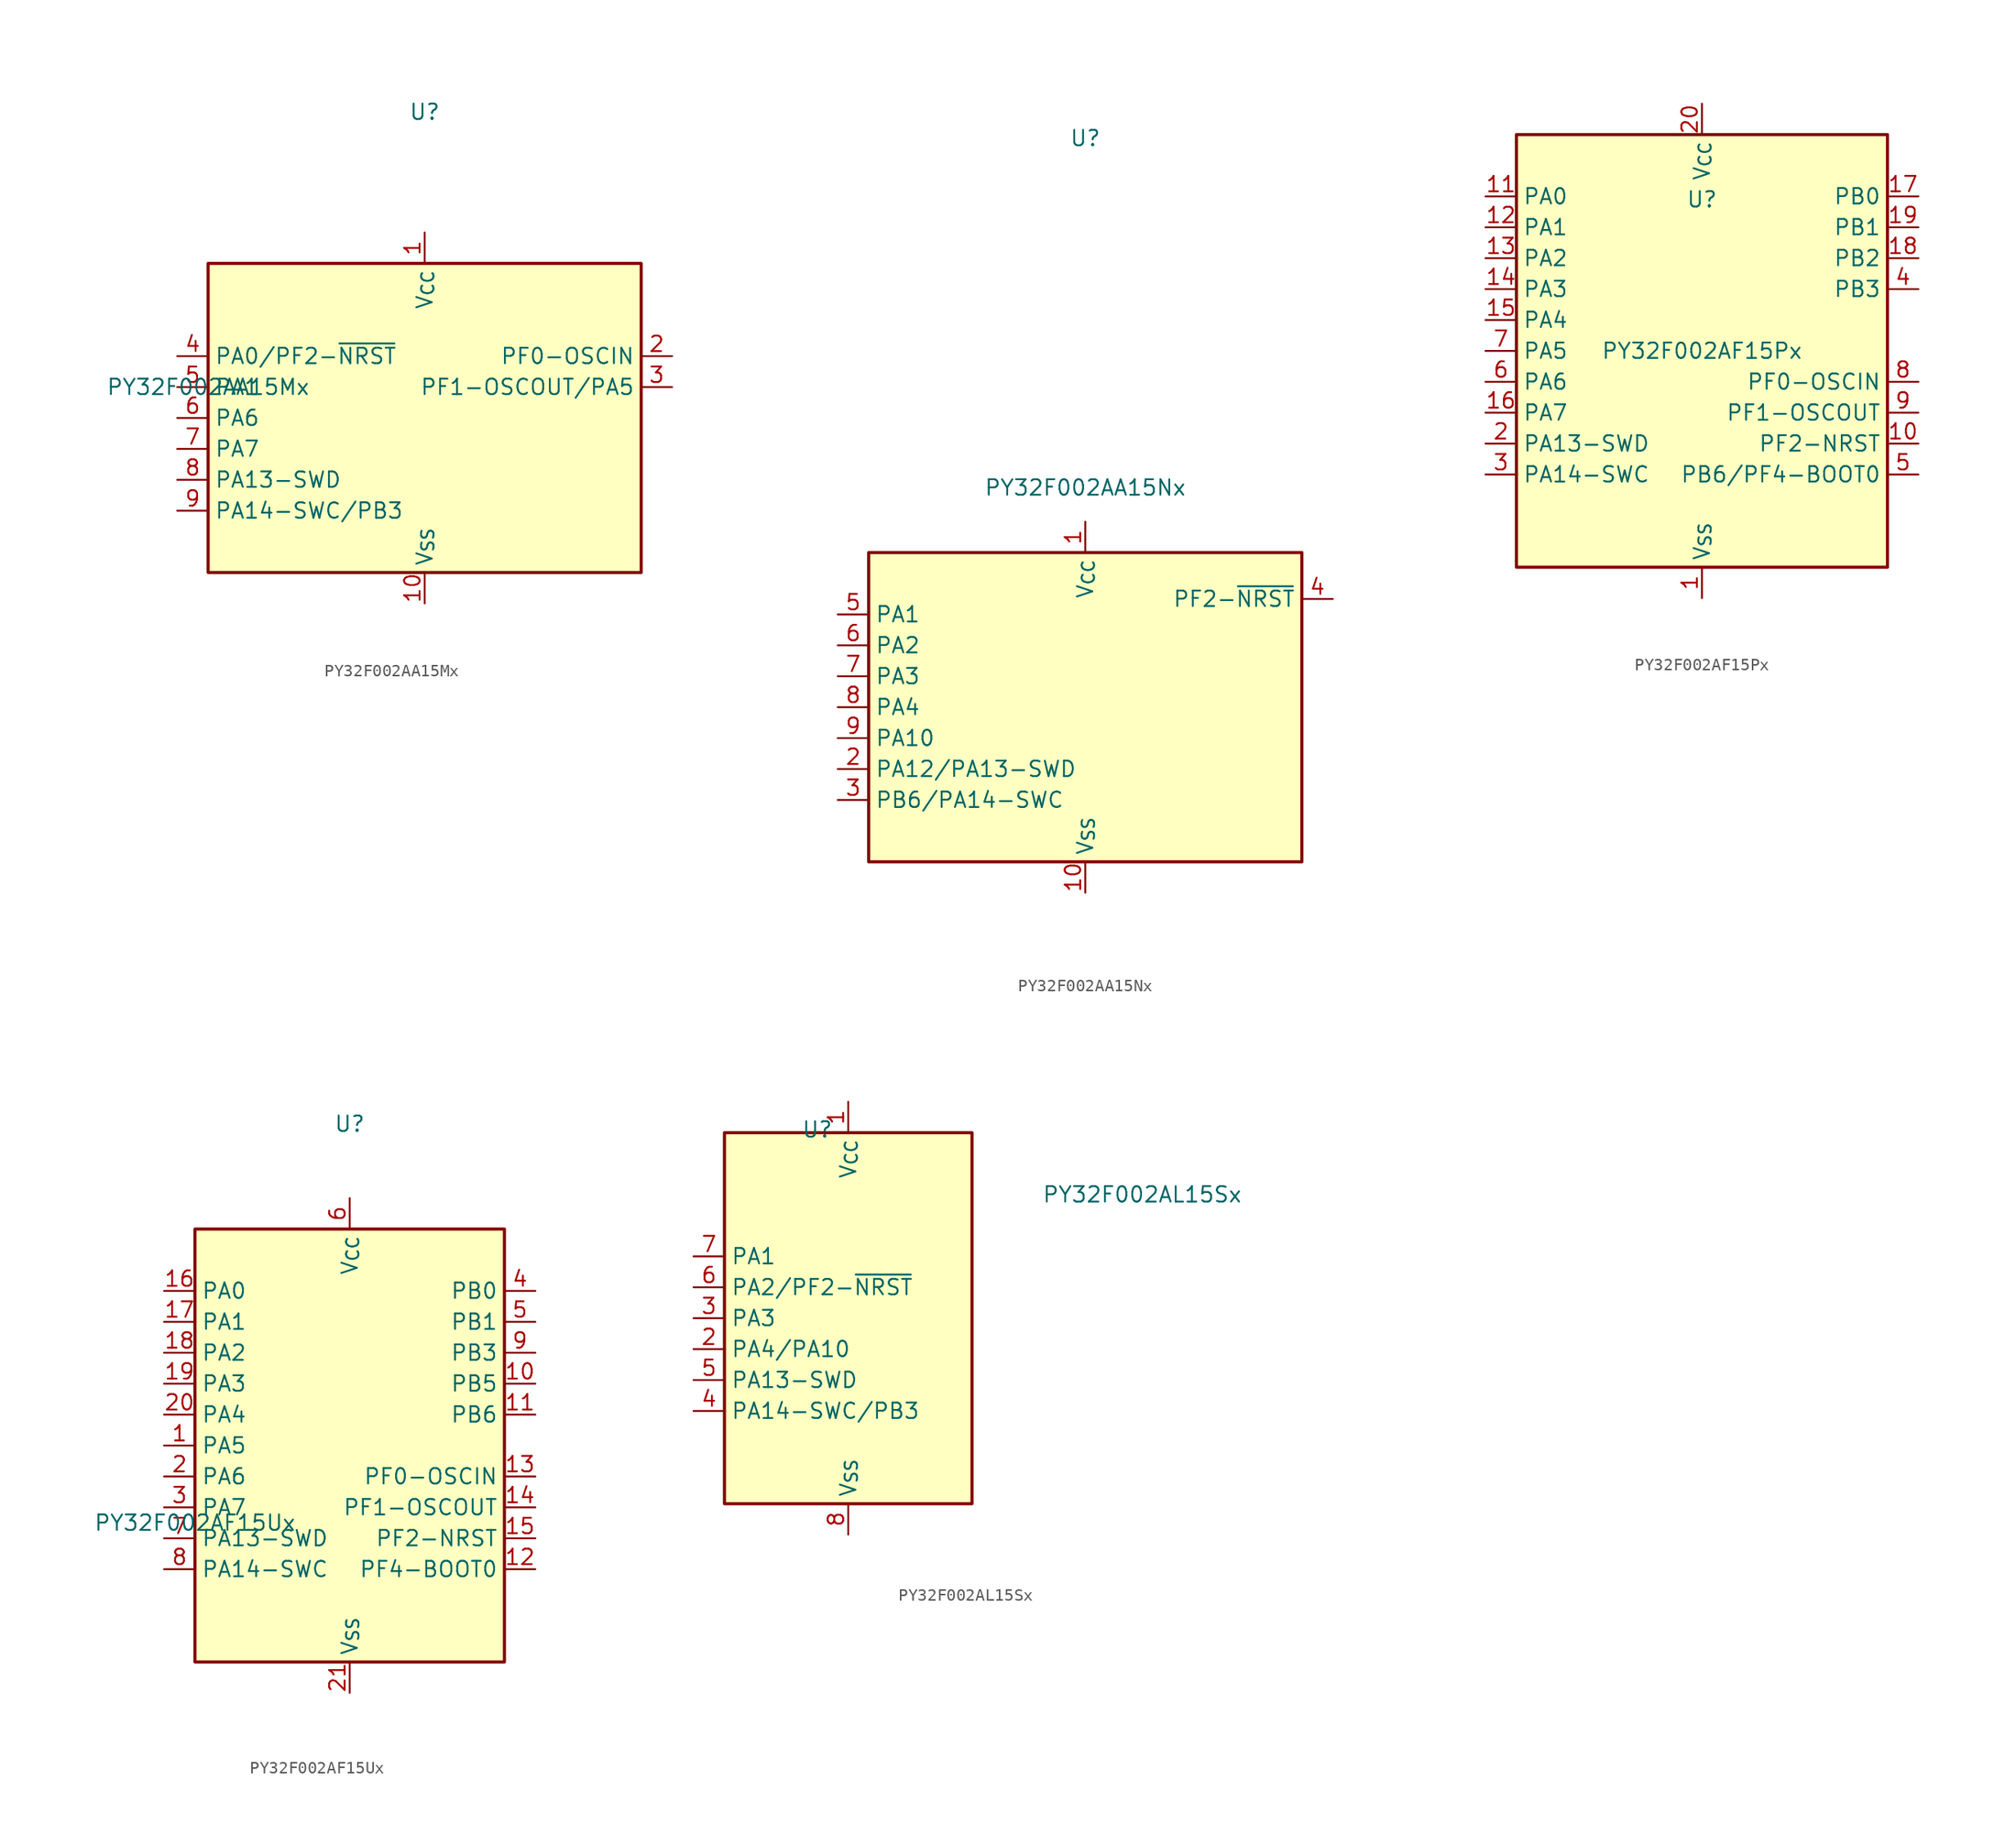
<source format=kicad_sym>
(kicad_symbol_lib
  (version 20231120)
  (generator "kicad_symbol_editor")
  (generator_version "8.0")
  (symbol "PY32F002AA15Mx"
    (property "Reference" "U"
      (at 0 25.146 0)
      (effects (font (size 1.27 1.27))))
    (property "Value" "PY32F002AA15Mx"
      (at -17.78 2.54 0)
      (effects (font (size 1.27 1.27))))
    (symbol "PY32F002AA15Mx_1_1"
      (rectangle (start -17.78 12.7) (end 17.78 -12.7) (stroke (width 0.254) (type default)) (fill (type background)))
      (pin power_in line (at 0 15.24 270) (length 2.54) (name "V_{CC}" (effects (font (size 1.27 1.27)))) (number "1" (effects (font (size 1.27 1.27)))))
      (pin power_in line (at 0 -15.24 90) (length 2.54) (name "V_{SS}" (effects (font (size 1.27 1.27)))) (number "10" (effects (font (size 1.27 1.27)))))
      (pin passive line (at 0 -15.24 90) (length 2.54) hide (name "V_{SS}" (effects (font (size 1.27 1.27)))) (number "11" (effects (font (size 1.27 1.27)))))
      (pin bidirectional line (at 20.32 5.08 180) (length 2.54) (name "PF0-OSCIN" (effects (font (size 1.27 1.27)))) (number "2" (effects (font (size 1.27 1.27)))))
      (pin bidirectional line (at 20.32 2.54 180) (length 2.54) (name "PF1-OSCOUT/PA5" (effects (font (size 1.27 1.27)))) (number "3" (effects (font (size 1.27 1.27)))))
      (pin bidirectional line (at -20.32 5.08 0) (length 2.54) (name "PA0/PF2-~{NRST}" (effects (font (size 1.27 1.27)))) (number "4" (effects (font (size 1.27 1.27)))))
      (pin bidirectional line (at -20.32 2.54 0) (length 2.54) (name "PA1" (effects (font (size 1.27 1.27)))) (number "5" (effects (font (size 1.27 1.27)))))
      (pin bidirectional line (at -20.32 0 0) (length 2.54) (name "PA6" (effects (font (size 1.27 1.27)))) (number "6" (effects (font (size 1.27 1.27)))))
      (pin bidirectional line (at -20.32 -2.54 0) (length 2.54) (name "PA7" (effects (font (size 1.27 1.27)))) (number "7" (effects (font (size 1.27 1.27)))))
      (pin bidirectional line (at -20.32 -5.08 0) (length 2.54) (name "PA13-SWD" (effects (font (size 1.27 1.27)))) (number "8" (effects (font (size 1.27 1.27)))))
      (pin bidirectional line (at -20.32 -7.62 0) (length 2.54) (name "PA14-SWC/PB3" (effects (font (size 1.27 1.27)))) (number "9" (effects (font (size 1.27 1.27)))))))
  (symbol "PY32F002AA15Nx"
    (property "Reference" "U"
      (at 0 46.736 0)
      (effects (font (size 1.27 1.27))))
    (property "Value" "PY32F002AA15Nx"
      (at 0 18.034 0)
      (effects (font (size 1.27 1.27))))
    (symbol "PY32F002AA15Nx_1_0"
      (pin bidirectional line (at -20.32 5.08 0) (length 2.54) (name "PA2" (effects (font (size 1.27 1.27)))) (number "6" (effects (font (size 1.27 1.27)))))
      (pin bidirectional line (at -20.32 2.54 0) (length 2.54) (name "PA3" (effects (font (size 1.27 1.27)))) (number "7" (effects (font (size 1.27 1.27)))))
      (pin bidirectional line (at -20.32 0 0) (length 2.54) (name "PA4" (effects (font (size 1.27 1.27)))) (number "8" (effects (font (size 1.27 1.27)))))
      (pin bidirectional line (at -20.32 -2.54 0) (length 2.54) (name "PA10" (effects (font (size 1.27 1.27)))) (number "9" (effects (font (size 1.27 1.27))))))
    (symbol "PY32F002AA15Nx_1_1"
      (rectangle (start -17.78 12.7) (end 17.78 -12.7) (stroke (width 0.254) (type default)) (fill (type background)))
      (pin power_in line (at 0 15.24 270) (length 2.54) (name "V_{CC}" (effects (font (size 1.27 1.27)))) (number "1" (effects (font (size 1.27 1.27)))))
      (pin power_in line (at 0 -15.24 90) (length 2.54) (name "V_{SS}" (effects (font (size 1.27 1.27)))) (number "10" (effects (font (size 1.27 1.27)))))
      (pin bidirectional line (at -20.32 -5.08 0) (length 2.54) (name "PA12/PA13-SWD" (effects (font (size 1.27 1.27)))) (number "2" (effects (font (size 1.27 1.27)))))
      (pin bidirectional line (at -20.32 -7.62 0) (length 2.54) (name "PB6/PA14-SWC" (effects (font (size 1.27 1.27)))) (number "3" (effects (font (size 1.27 1.27)))))
      (pin bidirectional line (at 20.32 8.89 180) (length 2.54) (name "PF2-~{NRST}" (effects (font (size 1.27 1.27)))) (number "4" (effects (font (size 1.27 1.27)))))
      (pin bidirectional line (at -20.32 7.62 0) (length 2.54) (name "PA1" (effects (font (size 1.27 1.27)))) (number "5" (effects (font (size 1.27 1.27)))))))
  (symbol "PY32F002AF15Px"
    (property "Reference" "U"
      (at 0 12.446 0)
      (effects (font (size 1.27 1.27))))
    (property "Value" "PY32F002AF15Px"
      (at 0 0 0)
      (effects (font (size 1.27 1.27))))
    (symbol "PY32F002AF15Px_1_1"
      (rectangle (start -15.24 17.78) (end 15.24 -17.78) (stroke (width 0.254) (type default)) (fill (type background)))
      (pin power_in line (at 0 -20.32 90) (length 2.54) (name "V_{SS}" (effects (font (size 1.27 1.27)))) (number "1" (effects (font (size 1.27 1.27)))))
      (pin bidirectional line (at 17.78 -7.62 180) (length 2.54) (name "PF2-NRST" (effects (font (size 1.27 1.27)))) (number "10" (effects (font (size 1.27 1.27)))))
      (pin bidirectional line (at -17.78 12.7 0) (length 2.54) (name "PA0" (effects (font (size 1.27 1.27)))) (number "11" (effects (font (size 1.27 1.27)))))
      (pin bidirectional line (at -17.78 10.16 0) (length 2.54) (name "PA1" (effects (font (size 1.27 1.27)))) (number "12" (effects (font (size 1.27 1.27)))))
      (pin bidirectional line (at -17.78 7.62 0) (length 2.54) (name "PA2" (effects (font (size 1.27 1.27)))) (number "13" (effects (font (size 1.27 1.27)))))
      (pin bidirectional line (at -17.78 5.08 0) (length 2.54) (name "PA3" (effects (font (size 1.27 1.27)))) (number "14" (effects (font (size 1.27 1.27)))))
      (pin bidirectional line (at -17.78 2.54 0) (length 2.54) (name "PA4" (effects (font (size 1.27 1.27)))) (number "15" (effects (font (size 1.27 1.27)))))
      (pin bidirectional line (at -17.78 -5.08 0) (length 2.54) (name "PA7" (effects (font (size 1.27 1.27)))) (number "16" (effects (font (size 1.27 1.27)))))
      (pin bidirectional line (at 17.78 12.7 180) (length 2.54) (name "PB0" (effects (font (size 1.27 1.27)))) (number "17" (effects (font (size 1.27 1.27)))))
      (pin bidirectional line (at 17.78 7.62 180) (length 2.54) (name "PB2" (effects (font (size 1.27 1.27)))) (number "18" (effects (font (size 1.27 1.27)))))
      (pin bidirectional line (at 17.78 10.16 180) (length 2.54) (name "PB1" (effects (font (size 1.27 1.27)))) (number "19" (effects (font (size 1.27 1.27)))))
      (pin bidirectional line (at -17.78 -7.62 0) (length 2.54) (name "PA13-SWD" (effects (font (size 1.27 1.27)))) (number "2" (effects (font (size 1.27 1.27)))))
      (pin power_in line (at 0 20.32 270) (length 2.54) (name "V_{CC}" (effects (font (size 1.27 1.27)))) (number "20" (effects (font (size 1.27 1.27)))))
      (pin bidirectional line (at -17.78 -10.16 0) (length 2.54) (name "PA14-SWC" (effects (font (size 1.27 1.27)))) (number "3" (effects (font (size 1.27 1.27)))))
      (pin bidirectional line (at 17.78 5.08 180) (length 2.54) (name "PB3" (effects (font (size 1.27 1.27)))) (number "4" (effects (font (size 1.27 1.27)))))
      (pin bidirectional line (at 17.78 -10.16 180) (length 2.54) (name "PB6/PF4-BOOT0" (effects (font (size 1.27 1.27)))) (number "5" (effects (font (size 1.27 1.27)))))
      (pin bidirectional line (at -17.78 -2.54 0) (length 2.54) (name "PA6" (effects (font (size 1.27 1.27)))) (number "6" (effects (font (size 1.27 1.27)))))
      (pin bidirectional line (at -17.78 0 0) (length 2.54) (name "PA5" (effects (font (size 1.27 1.27)))) (number "7" (effects (font (size 1.27 1.27)))))
      (pin bidirectional line (at 17.78 -2.54 180) (length 2.54) (name "PF0-OSCIN" (effects (font (size 1.27 1.27)))) (number "8" (effects (font (size 1.27 1.27)))))
      (pin bidirectional line (at 17.78 -5.08 180) (length 2.54) (name "PF1-OSCOUT" (effects (font (size 1.27 1.27)))) (number "9" (effects (font (size 1.27 1.27)))))))
  (symbol "PY32F002AF15Ux"
    (property "Reference" "U"
      (at 0 26.416 0)
      (effects (font (size 1.27 1.27))))
    (property "Value" "PY32F002AF15Ux"
      (at -12.7 -6.35 0)
      (effects (font (size 1.27 1.27))))
    (symbol "PY32F002AF15Ux_1_1"
      (rectangle (start -12.7 17.78) (end 12.7 -17.78) (stroke (width 0.254) (type default)) (fill (type background)))
      (pin bidirectional line (at -15.24 0 0) (length 2.54) (name "PA5" (effects (font (size 1.27 1.27)))) (number "1" (effects (font (size 1.27 1.27)))))
      (pin bidirectional line (at 15.24 5.08 180) (length 2.54) (name "PB5" (effects (font (size 1.27 1.27)))) (number "10" (effects (font (size 1.27 1.27)))))
      (pin bidirectional line (at 15.24 2.54 180) (length 2.54) (name "PB6" (effects (font (size 1.27 1.27)))) (number "11" (effects (font (size 1.27 1.27)))))
      (pin bidirectional line (at 15.24 -10.16 180) (length 2.54) (name "PF4-BOOT0" (effects (font (size 1.27 1.27)))) (number "12" (effects (font (size 1.27 1.27)))))
      (pin bidirectional line (at 15.24 -2.54 180) (length 2.54) (name "PF0-OSCIN" (effects (font (size 1.27 1.27)))) (number "13" (effects (font (size 1.27 1.27)))))
      (pin bidirectional line (at 15.24 -5.08 180) (length 2.54) (name "PF1-OSCOUT" (effects (font (size 1.27 1.27)))) (number "14" (effects (font (size 1.27 1.27)))))
      (pin bidirectional line (at 15.24 -7.62 180) (length 2.54) (name "PF2-NRST" (effects (font (size 1.27 1.27)))) (number "15" (effects (font (size 1.27 1.27)))))
      (pin bidirectional line (at -15.24 12.7 0) (length 2.54) (name "PA0" (effects (font (size 1.27 1.27)))) (number "16" (effects (font (size 1.27 1.27)))))
      (pin bidirectional line (at -15.24 10.16 0) (length 2.54) (name "PA1" (effects (font (size 1.27 1.27)))) (number "17" (effects (font (size 1.27 1.27)))))
      (pin bidirectional line (at -15.24 7.62 0) (length 2.54) (name "PA2" (effects (font (size 1.27 1.27)))) (number "18" (effects (font (size 1.27 1.27)))))
      (pin bidirectional line (at -15.24 5.08 0) (length 2.54) (name "PA3" (effects (font (size 1.27 1.27)))) (number "19" (effects (font (size 1.27 1.27)))))
      (pin bidirectional line (at -15.24 -2.54 0) (length 2.54) (name "PA6" (effects (font (size 1.27 1.27)))) (number "2" (effects (font (size 1.27 1.27)))))
      (pin bidirectional line (at -15.24 2.54 0) (length 2.54) (name "PA4" (effects (font (size 1.27 1.27)))) (number "20" (effects (font (size 1.27 1.27)))))
      (pin power_in line (at 0 -20.32 90) (length 2.54) (name "V_{SS}" (effects (font (size 1.27 1.27)))) (number "21" (effects (font (size 1.27 1.27)))))
      (pin bidirectional line (at -15.24 -5.08 0) (length 2.54) (name "PA7" (effects (font (size 1.27 1.27)))) (number "3" (effects (font (size 1.27 1.27)))))
      (pin bidirectional line (at 15.24 12.7 180) (length 2.54) (name "PB0" (effects (font (size 1.27 1.27)))) (number "4" (effects (font (size 1.27 1.27)))))
      (pin bidirectional line (at 15.24 10.16 180) (length 2.54) (name "PB1" (effects (font (size 1.27 1.27)))) (number "5" (effects (font (size 1.27 1.27)))))
      (pin power_in line (at 0 20.32 270) (length 2.54) (name "V_{CC}" (effects (font (size 1.27 1.27)))) (number "6" (effects (font (size 1.27 1.27)))))
      (pin bidirectional line (at -15.24 -7.62 0) (length 2.54) (name "PA13-SWD" (effects (font (size 1.27 1.27)))) (number "7" (effects (font (size 1.27 1.27)))))
      (pin bidirectional line (at -15.24 -10.16 0) (length 2.54) (name "PA14-SWC" (effects (font (size 1.27 1.27)))) (number "8" (effects (font (size 1.27 1.27)))))
      (pin bidirectional line (at 15.24 7.62 180) (length 2.54) (name "PB3" (effects (font (size 1.27 1.27)))) (number "9" (effects (font (size 1.27 1.27)))))))
  (symbol "PY32F002AL15Sx"
    (property "Reference" "U"
      (at -2.54 15.494 0)
      (effects (font (size 1.27 1.27))))
    (property "Value" "PY32F002AL15Sx"
      (at 24.13 10.16 0)
      (effects (font (size 1.27 1.27))))
    (symbol "PY32F002AL15Sx_1_1"
      (rectangle (start -10.16 15.24) (end 10.16 -15.24) (stroke (width 0.254) (type default)) (fill (type background)))
      (pin power_in line (at 0 17.78 270) (length 2.54) (name "V_{CC}" (effects (font (size 1.27 1.27)))) (number "1" (effects (font (size 1.27 1.27)))))
      (pin bidirectional line (at -12.7 -2.54 0) (length 2.54) (name "PA4/PA10" (effects (font (size 1.27 1.27)))) (number "2" (effects (font (size 1.27 1.27)))))
      (pin bidirectional line (at -12.7 0 0) (length 2.54) (name "PA3" (effects (font (size 1.27 1.27)))) (number "3" (effects (font (size 1.27 1.27)))))
      (pin bidirectional line (at -12.7 -7.62 0) (length 2.54) (name "PA14-SWC/PB3" (effects (font (size 1.27 1.27)))) (number "4" (effects (font (size 1.27 1.27)))))
      (pin bidirectional line (at -12.7 -5.08 0) (length 2.54) (name "PA13-SWD" (effects (font (size 1.27 1.27)))) (number "5" (effects (font (size 1.27 1.27)))))
      (pin bidirectional line (at -12.7 2.54 0) (length 2.54) (name "PA2/PF2-~{NRST}" (effects (font (size 1.27 1.27)))) (number "6" (effects (font (size 1.27 1.27)))))
      (pin bidirectional line (at -12.7 5.08 0) (length 2.54) (name "PA1" (effects (font (size 1.27 1.27)))) (number "7" (effects (font (size 1.27 1.27)))))
      (pin power_in line (at 0 -17.78 90) (length 2.54) (name "V_{SS}" (effects (font (size 1.27 1.27)))) (number "8" (effects (font (size 1.27 1.27))))))))
</source>
